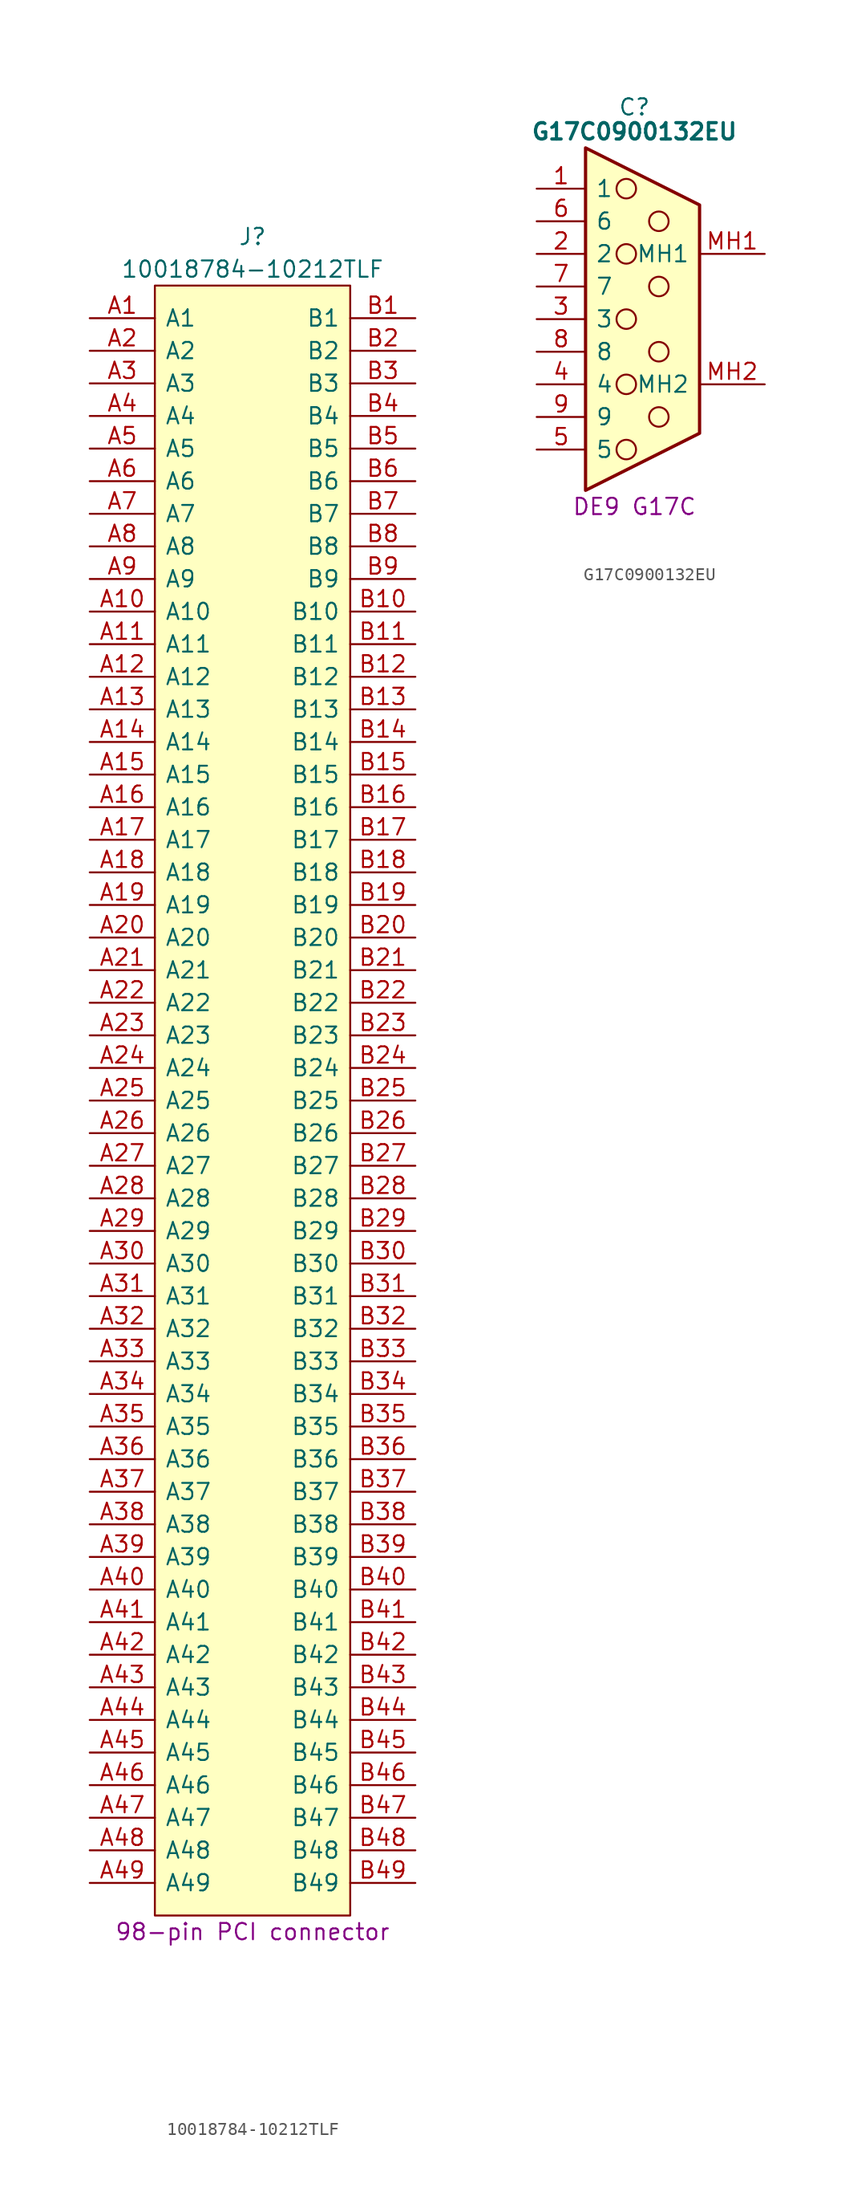
<source format=kicad_sym>
(kicad_symbol_lib
  (version 20220914)
  (generator kicad_symbol_editor)
  (symbol "10018784-10212TLF"
    (pin_names
      (offset 0.762))
    (property "Reference" "J"
      (at 12.7 6.35 0)
      (effects (font (size 1.27 1.27))))
    (property "Value" "10018784-10212TLF"
      (at 12.7 3.81 0)
      (effects (font (size 1.27 1.27))))
    (property "Description" "98-pin PCI connector"
      (at 12.7 -125.73 0)
      (effects (font (size 1.27 1.27))))
    (symbol "10018784-10212TLF_0_0"
      (pin passive line (at 0 0 0) (length 5.08) (name "A1" (effects (font (size 1.27 1.27)))) (number "A1" (effects (font (size 1.27 1.27)))))
      (pin passive line (at 0 -22.86 0) (length 5.08) (name "A10" (effects (font (size 1.27 1.27)))) (number "A10" (effects (font (size 1.27 1.27)))))
      (pin passive line (at 0 -25.4 0) (length 5.08) (name "A11" (effects (font (size 1.27 1.27)))) (number "A11" (effects (font (size 1.27 1.27)))))
      (pin passive line (at 0 -27.94 0) (length 5.08) (name "A12" (effects (font (size 1.27 1.27)))) (number "A12" (effects (font (size 1.27 1.27)))))
      (pin passive line (at 0 -30.48 0) (length 5.08) (name "A13" (effects (font (size 1.27 1.27)))) (number "A13" (effects (font (size 1.27 1.27)))))
      (pin passive line (at 0 -33.02 0) (length 5.08) (name "A14" (effects (font (size 1.27 1.27)))) (number "A14" (effects (font (size 1.27 1.27)))))
      (pin passive line (at 0 -35.56 0) (length 5.08) (name "A15" (effects (font (size 1.27 1.27)))) (number "A15" (effects (font (size 1.27 1.27)))))
      (pin passive line (at 0 -38.1 0) (length 5.08) (name "A16" (effects (font (size 1.27 1.27)))) (number "A16" (effects (font (size 1.27 1.27)))))
      (pin passive line (at 0 -40.64 0) (length 5.08) (name "A17" (effects (font (size 1.27 1.27)))) (number "A17" (effects (font (size 1.27 1.27)))))
      (pin passive line (at 0 -43.18 0) (length 5.08) (name "A18" (effects (font (size 1.27 1.27)))) (number "A18" (effects (font (size 1.27 1.27)))))
      (pin passive line (at 0 -45.72 0) (length 5.08) (name "A19" (effects (font (size 1.27 1.27)))) (number "A19" (effects (font (size 1.27 1.27)))))
      (pin passive line (at 0 -2.54 0) (length 5.08) (name "A2" (effects (font (size 1.27 1.27)))) (number "A2" (effects (font (size 1.27 1.27)))))
      (pin passive line (at 0 -48.26 0) (length 5.08) (name "A20" (effects (font (size 1.27 1.27)))) (number "A20" (effects (font (size 1.27 1.27)))))
      (pin passive line (at 0 -50.8 0) (length 5.08) (name "A21" (effects (font (size 1.27 1.27)))) (number "A21" (effects (font (size 1.27 1.27)))))
      (pin passive line (at 0 -53.34 0) (length 5.08) (name "A22" (effects (font (size 1.27 1.27)))) (number "A22" (effects (font (size 1.27 1.27)))))
      (pin passive line (at 0 -55.88 0) (length 5.08) (name "A23" (effects (font (size 1.27 1.27)))) (number "A23" (effects (font (size 1.27 1.27)))))
      (pin passive line (at 0 -58.42 0) (length 5.08) (name "A24" (effects (font (size 1.27 1.27)))) (number "A24" (effects (font (size 1.27 1.27)))))
      (pin passive line (at 0 -60.96 0) (length 5.08) (name "A25" (effects (font (size 1.27 1.27)))) (number "A25" (effects (font (size 1.27 1.27)))))
      (pin passive line (at 0 -63.5 0) (length 5.08) (name "A26" (effects (font (size 1.27 1.27)))) (number "A26" (effects (font (size 1.27 1.27)))))
      (pin passive line (at 0 -66.04 0) (length 5.08) (name "A27" (effects (font (size 1.27 1.27)))) (number "A27" (effects (font (size 1.27 1.27)))))
      (pin passive line (at 0 -68.58 0) (length 5.08) (name "A28" (effects (font (size 1.27 1.27)))) (number "A28" (effects (font (size 1.27 1.27)))))
      (pin passive line (at 0 -71.12 0) (length 5.08) (name "A29" (effects (font (size 1.27 1.27)))) (number "A29" (effects (font (size 1.27 1.27)))))
      (pin passive line (at 0 -5.08 0) (length 5.08) (name "A3" (effects (font (size 1.27 1.27)))) (number "A3" (effects (font (size 1.27 1.27)))))
      (pin passive line (at 0 -73.66 0) (length 5.08) (name "A30" (effects (font (size 1.27 1.27)))) (number "A30" (effects (font (size 1.27 1.27)))))
      (pin passive line (at 0 -76.2 0) (length 5.08) (name "A31" (effects (font (size 1.27 1.27)))) (number "A31" (effects (font (size 1.27 1.27)))))
      (pin passive line (at 0 -78.74 0) (length 5.08) (name "A32" (effects (font (size 1.27 1.27)))) (number "A32" (effects (font (size 1.27 1.27)))))
      (pin passive line (at 0 -81.28 0) (length 5.08) (name "A33" (effects (font (size 1.27 1.27)))) (number "A33" (effects (font (size 1.27 1.27)))))
      (pin passive line (at 0 -83.82 0) (length 5.08) (name "A34" (effects (font (size 1.27 1.27)))) (number "A34" (effects (font (size 1.27 1.27)))))
      (pin passive line (at 0 -86.36 0) (length 5.08) (name "A35" (effects (font (size 1.27 1.27)))) (number "A35" (effects (font (size 1.27 1.27)))))
      (pin passive line (at 0 -88.9 0) (length 5.08) (name "A36" (effects (font (size 1.27 1.27)))) (number "A36" (effects (font (size 1.27 1.27)))))
      (pin passive line (at 0 -91.44 0) (length 5.08) (name "A37" (effects (font (size 1.27 1.27)))) (number "A37" (effects (font (size 1.27 1.27)))))
      (pin passive line (at 0 -93.98 0) (length 5.08) (name "A38" (effects (font (size 1.27 1.27)))) (number "A38" (effects (font (size 1.27 1.27)))))
      (pin passive line (at 0 -96.52 0) (length 5.08) (name "A39" (effects (font (size 1.27 1.27)))) (number "A39" (effects (font (size 1.27 1.27)))))
      (pin passive line (at 0 -7.62 0) (length 5.08) (name "A4" (effects (font (size 1.27 1.27)))) (number "A4" (effects (font (size 1.27 1.27)))))
      (pin passive line (at 0 -99.06 0) (length 5.08) (name "A40" (effects (font (size 1.27 1.27)))) (number "A40" (effects (font (size 1.27 1.27)))))
      (pin passive line (at 0 -101.6 0) (length 5.08) (name "A41" (effects (font (size 1.27 1.27)))) (number "A41" (effects (font (size 1.27 1.27)))))
      (pin passive line (at 0 -104.14 0) (length 5.08) (name "A42" (effects (font (size 1.27 1.27)))) (number "A42" (effects (font (size 1.27 1.27)))))
      (pin passive line (at 0 -106.68 0) (length 5.08) (name "A43" (effects (font (size 1.27 1.27)))) (number "A43" (effects (font (size 1.27 1.27)))))
      (pin passive line (at 0 -109.22 0) (length 5.08) (name "A44" (effects (font (size 1.27 1.27)))) (number "A44" (effects (font (size 1.27 1.27)))))
      (pin passive line (at 0 -111.76 0) (length 5.08) (name "A45" (effects (font (size 1.27 1.27)))) (number "A45" (effects (font (size 1.27 1.27)))))
      (pin passive line (at 0 -114.3 0) (length 5.08) (name "A46" (effects (font (size 1.27 1.27)))) (number "A46" (effects (font (size 1.27 1.27)))))
      (pin passive line (at 0 -116.84 0) (length 5.08) (name "A47" (effects (font (size 1.27 1.27)))) (number "A47" (effects (font (size 1.27 1.27)))))
      (pin passive line (at 0 -119.38 0) (length 5.08) (name "A48" (effects (font (size 1.27 1.27)))) (number "A48" (effects (font (size 1.27 1.27)))))
      (pin passive line (at 0 -121.92 0) (length 5.08) (name "A49" (effects (font (size 1.27 1.27)))) (number "A49" (effects (font (size 1.27 1.27)))))
      (pin passive line (at 0 -10.16 0) (length 5.08) (name "A5" (effects (font (size 1.27 1.27)))) (number "A5" (effects (font (size 1.27 1.27)))))
      (pin passive line (at 0 -12.7 0) (length 5.08) (name "A6" (effects (font (size 1.27 1.27)))) (number "A6" (effects (font (size 1.27 1.27)))))
      (pin passive line (at 0 -15.24 0) (length 5.08) (name "A7" (effects (font (size 1.27 1.27)))) (number "A7" (effects (font (size 1.27 1.27)))))
      (pin passive line (at 0 -17.78 0) (length 5.08) (name "A8" (effects (font (size 1.27 1.27)))) (number "A8" (effects (font (size 1.27 1.27)))))
      (pin passive line (at 0 -20.32 0) (length 5.08) (name "A9" (effects (font (size 1.27 1.27)))) (number "A9" (effects (font (size 1.27 1.27)))))
      (pin passive line (at 25.4 0 180) (length 5.08) (name "B1" (effects (font (size 1.27 1.27)))) (number "B1" (effects (font (size 1.27 1.27)))))
      (pin passive line (at 25.4 -22.86 180) (length 5.08) (name "B10" (effects (font (size 1.27 1.27)))) (number "B10" (effects (font (size 1.27 1.27)))))
      (pin passive line (at 25.4 -25.4 180) (length 5.08) (name "B11" (effects (font (size 1.27 1.27)))) (number "B11" (effects (font (size 1.27 1.27)))))
      (pin passive line (at 25.4 -27.94 180) (length 5.08) (name "B12" (effects (font (size 1.27 1.27)))) (number "B12" (effects (font (size 1.27 1.27)))))
      (pin passive line (at 25.4 -30.48 180) (length 5.08) (name "B13" (effects (font (size 1.27 1.27)))) (number "B13" (effects (font (size 1.27 1.27)))))
      (pin passive line (at 25.4 -33.02 180) (length 5.08) (name "B14" (effects (font (size 1.27 1.27)))) (number "B14" (effects (font (size 1.27 1.27)))))
      (pin passive line (at 25.4 -35.56 180) (length 5.08) (name "B15" (effects (font (size 1.27 1.27)))) (number "B15" (effects (font (size 1.27 1.27)))))
      (pin passive line (at 25.4 -38.1 180) (length 5.08) (name "B16" (effects (font (size 1.27 1.27)))) (number "B16" (effects (font (size 1.27 1.27)))))
      (pin passive line (at 25.4 -40.64 180) (length 5.08) (name "B17" (effects (font (size 1.27 1.27)))) (number "B17" (effects (font (size 1.27 1.27)))))
      (pin passive line (at 25.4 -43.18 180) (length 5.08) (name "B18" (effects (font (size 1.27 1.27)))) (number "B18" (effects (font (size 1.27 1.27)))))
      (pin passive line (at 25.4 -45.72 180) (length 5.08) (name "B19" (effects (font (size 1.27 1.27)))) (number "B19" (effects (font (size 1.27 1.27)))))
      (pin passive line (at 25.4 -2.54 180) (length 5.08) (name "B2" (effects (font (size 1.27 1.27)))) (number "B2" (effects (font (size 1.27 1.27)))))
      (pin passive line (at 25.4 -48.26 180) (length 5.08) (name "B20" (effects (font (size 1.27 1.27)))) (number "B20" (effects (font (size 1.27 1.27)))))
      (pin passive line (at 25.4 -50.8 180) (length 5.08) (name "B21" (effects (font (size 1.27 1.27)))) (number "B21" (effects (font (size 1.27 1.27)))))
      (pin passive line (at 25.4 -53.34 180) (length 5.08) (name "B22" (effects (font (size 1.27 1.27)))) (number "B22" (effects (font (size 1.27 1.27)))))
      (pin passive line (at 25.4 -55.88 180) (length 5.08) (name "B23" (effects (font (size 1.27 1.27)))) (number "B23" (effects (font (size 1.27 1.27)))))
      (pin passive line (at 25.4 -58.42 180) (length 5.08) (name "B24" (effects (font (size 1.27 1.27)))) (number "B24" (effects (font (size 1.27 1.27)))))
      (pin passive line (at 25.4 -60.96 180) (length 5.08) (name "B25" (effects (font (size 1.27 1.27)))) (number "B25" (effects (font (size 1.27 1.27)))))
      (pin passive line (at 25.4 -63.5 180) (length 5.08) (name "B26" (effects (font (size 1.27 1.27)))) (number "B26" (effects (font (size 1.27 1.27)))))
      (pin passive line (at 25.4 -66.04 180) (length 5.08) (name "B27" (effects (font (size 1.27 1.27)))) (number "B27" (effects (font (size 1.27 1.27)))))
      (pin passive line (at 25.4 -68.58 180) (length 5.08) (name "B28" (effects (font (size 1.27 1.27)))) (number "B28" (effects (font (size 1.27 1.27)))))
      (pin passive line (at 25.4 -71.12 180) (length 5.08) (name "B29" (effects (font (size 1.27 1.27)))) (number "B29" (effects (font (size 1.27 1.27)))))
      (pin passive line (at 25.4 -5.08 180) (length 5.08) (name "B3" (effects (font (size 1.27 1.27)))) (number "B3" (effects (font (size 1.27 1.27)))))
      (pin passive line (at 25.4 -73.66 180) (length 5.08) (name "B30" (effects (font (size 1.27 1.27)))) (number "B30" (effects (font (size 1.27 1.27)))))
      (pin passive line (at 25.4 -76.2 180) (length 5.08) (name "B31" (effects (font (size 1.27 1.27)))) (number "B31" (effects (font (size 1.27 1.27)))))
      (pin passive line (at 25.4 -78.74 180) (length 5.08) (name "B32" (effects (font (size 1.27 1.27)))) (number "B32" (effects (font (size 1.27 1.27)))))
      (pin passive line (at 25.4 -81.28 180) (length 5.08) (name "B33" (effects (font (size 1.27 1.27)))) (number "B33" (effects (font (size 1.27 1.27)))))
      (pin passive line (at 25.4 -83.82 180) (length 5.08) (name "B34" (effects (font (size 1.27 1.27)))) (number "B34" (effects (font (size 1.27 1.27)))))
      (pin passive line (at 25.4 -86.36 180) (length 5.08) (name "B35" (effects (font (size 1.27 1.27)))) (number "B35" (effects (font (size 1.27 1.27)))))
      (pin passive line (at 25.4 -88.9 180) (length 5.08) (name "B36" (effects (font (size 1.27 1.27)))) (number "B36" (effects (font (size 1.27 1.27)))))
      (pin passive line (at 25.4 -91.44 180) (length 5.08) (name "B37" (effects (font (size 1.27 1.27)))) (number "B37" (effects (font (size 1.27 1.27)))))
      (pin passive line (at 25.4 -93.98 180) (length 5.08) (name "B38" (effects (font (size 1.27 1.27)))) (number "B38" (effects (font (size 1.27 1.27)))))
      (pin passive line (at 25.4 -96.52 180) (length 5.08) (name "B39" (effects (font (size 1.27 1.27)))) (number "B39" (effects (font (size 1.27 1.27)))))
      (pin passive line (at 25.4 -7.62 180) (length 5.08) (name "B4" (effects (font (size 1.27 1.27)))) (number "B4" (effects (font (size 1.27 1.27)))))
      (pin passive line (at 25.4 -99.06 180) (length 5.08) (name "B40" (effects (font (size 1.27 1.27)))) (number "B40" (effects (font (size 1.27 1.27)))))
      (pin passive line (at 25.4 -101.6 180) (length 5.08) (name "B41" (effects (font (size 1.27 1.27)))) (number "B41" (effects (font (size 1.27 1.27)))))
      (pin passive line (at 25.4 -104.14 180) (length 5.08) (name "B42" (effects (font (size 1.27 1.27)))) (number "B42" (effects (font (size 1.27 1.27)))))
      (pin passive line (at 25.4 -106.68 180) (length 5.08) (name "B43" (effects (font (size 1.27 1.27)))) (number "B43" (effects (font (size 1.27 1.27)))))
      (pin passive line (at 25.4 -109.22 180) (length 5.08) (name "B44" (effects (font (size 1.27 1.27)))) (number "B44" (effects (font (size 1.27 1.27)))))
      (pin passive line (at 25.4 -111.76 180) (length 5.08) (name "B45" (effects (font (size 1.27 1.27)))) (number "B45" (effects (font (size 1.27 1.27)))))
      (pin passive line (at 25.4 -114.3 180) (length 5.08) (name "B46" (effects (font (size 1.27 1.27)))) (number "B46" (effects (font (size 1.27 1.27)))))
      (pin passive line (at 25.4 -116.84 180) (length 5.08) (name "B47" (effects (font (size 1.27 1.27)))) (number "B47" (effects (font (size 1.27 1.27)))))
      (pin passive line (at 25.4 -119.38 180) (length 5.08) (name "B48" (effects (font (size 1.27 1.27)))) (number "B48" (effects (font (size 1.27 1.27)))))
      (pin passive line (at 25.4 -121.92 180) (length 5.08) (name "B49" (effects (font (size 1.27 1.27)))) (number "B49" (effects (font (size 1.27 1.27)))))
      (pin passive line (at 25.4 -10.16 180) (length 5.08) (name "B5" (effects (font (size 1.27 1.27)))) (number "B5" (effects (font (size 1.27 1.27)))))
      (pin passive line (at 25.4 -12.7 180) (length 5.08) (name "B6" (effects (font (size 1.27 1.27)))) (number "B6" (effects (font (size 1.27 1.27)))))
      (pin passive line (at 25.4 -15.24 180) (length 5.08) (name "B7" (effects (font (size 1.27 1.27)))) (number "B7" (effects (font (size 1.27 1.27)))))
      (pin passive line (at 25.4 -17.78 180) (length 5.08) (name "B8" (effects (font (size 1.27 1.27)))) (number "B8" (effects (font (size 1.27 1.27)))))
      (pin passive line (at 25.4 -20.32 180) (length 5.08) (name "B9" (effects (font (size 1.27 1.27)))) (number "B9" (effects (font (size 1.27 1.27))))))
    (symbol "10018784-10212TLF_0_1"
      (polyline (pts (xy 5.08 2.54) (xy 20.32 2.54) (xy 20.32 -124.46) (xy 5.08 -124.46) (xy 5.08 2.54)) (stroke (width 0.152) (type default)) (fill (type background)))))
  (symbol "G17C0900132EU"
    (pin_names
      (offset 0.762))
    (property "Reference" "C"
      (at 7.62 6.35 0)
      (effects (font (size 1.27 1.27))))
    (property "Value" "G17C0900132EU"
      (at 7.62 4.445 0)
      (effects (font (size 1.27 1.27) bold)))
    (property "Description" "DE9 G17C"
      (at 7.62 -24.765 0)
      (effects (font (size 1.27 1.27))))
    (symbol "G17C0900132EU_0_0"
      (pin passive line (at 17.78 -5.08 180) (length 5.08) (name "MH1" (effects (font (size 1.27 1.27)))) (number "MH1" (effects (font (size 1.27 1.27))))))
    (symbol "G17C0900132EU_0_1"
      (polyline (pts (xy 3.81 3.175) (xy 3.81 -23.495) (xy 12.7 -19.05) (xy 12.7 -1.27) (xy 3.81 3.175)) (stroke (width 0.254) (type default)) (fill (type background)))
      (circle (center 6.985 -20.32) (radius 0.762) (stroke (width 0) (type default)) (fill (type none)))
      (circle (center 6.985 -15.24) (radius 0.762) (stroke (width 0) (type default)) (fill (type none)))
      (circle (center 6.985 -10.16) (radius 0.762) (stroke (width 0) (type default)) (fill (type none)))
      (circle (center 6.985 -5.08) (radius 0.762) (stroke (width 0) (type default)) (fill (type none)))
      (circle (center 6.985 0) (radius 0.762) (stroke (width 0) (type default)) (fill (type none)))
      (circle (center 9.525 -17.78) (radius 0.762) (stroke (width 0) (type default)) (fill (type none)))
      (circle (center 9.525 -12.7) (radius 0.762) (stroke (width 0) (type default)) (fill (type none)))
      (circle (center 9.525 -7.62) (radius 0.762) (stroke (width 0) (type default)) (fill (type none)))
      (circle (center 9.525 -2.54) (radius 0.762) (stroke (width 0) (type default)) (fill (type none))))
    (symbol "G17C0900132EU_1_0"
      (pin passive line (at 17.78 -15.24 180) (length 5.08) (name "MH2" (effects (font (size 1.27 1.27)))) (number "MH2" (effects (font (size 1.27 1.27))))))
    (symbol "G17C0900132EU_1_1"
      (pin passive line (at 0 0 0) (length 3.81) (name "1" (effects (font (size 1.27 1.27)))) (number "1" (effects (font (size 1.27 1.27)))))
      (pin passive line (at 0 -5.08 0) (length 3.81) (name "2" (effects (font (size 1.27 1.27)))) (number "2" (effects (font (size 1.27 1.27)))))
      (pin passive line (at 0 -10.16 0) (length 3.81) (name "3" (effects (font (size 1.27 1.27)))) (number "3" (effects (font (size 1.27 1.27)))))
      (pin passive line (at 0 -15.24 0) (length 3.81) (name "4" (effects (font (size 1.27 1.27)))) (number "4" (effects (font (size 1.27 1.27)))))
      (pin passive line (at 0 -20.32 0) (length 3.81) (name "5" (effects (font (size 1.27 1.27)))) (number "5" (effects (font (size 1.27 1.27)))))
      (pin passive line (at 0 -2.54 0) (length 3.81) (name "6" (effects (font (size 1.27 1.27)))) (number "6" (effects (font (size 1.27 1.27)))))
      (pin passive line (at 0 -7.62 0) (length 3.81) (name "7" (effects (font (size 1.27 1.27)))) (number "7" (effects (font (size 1.27 1.27)))))
      (pin passive line (at 0 -12.7 0) (length 3.81) (name "8" (effects (font (size 1.27 1.27)))) (number "8" (effects (font (size 1.27 1.27)))))
      (pin passive line (at 0 -17.78 0) (length 3.81) (name "9" (effects (font (size 1.27 1.27)))) (number "9" (effects (font (size 1.27 1.27))))))))
</source>
